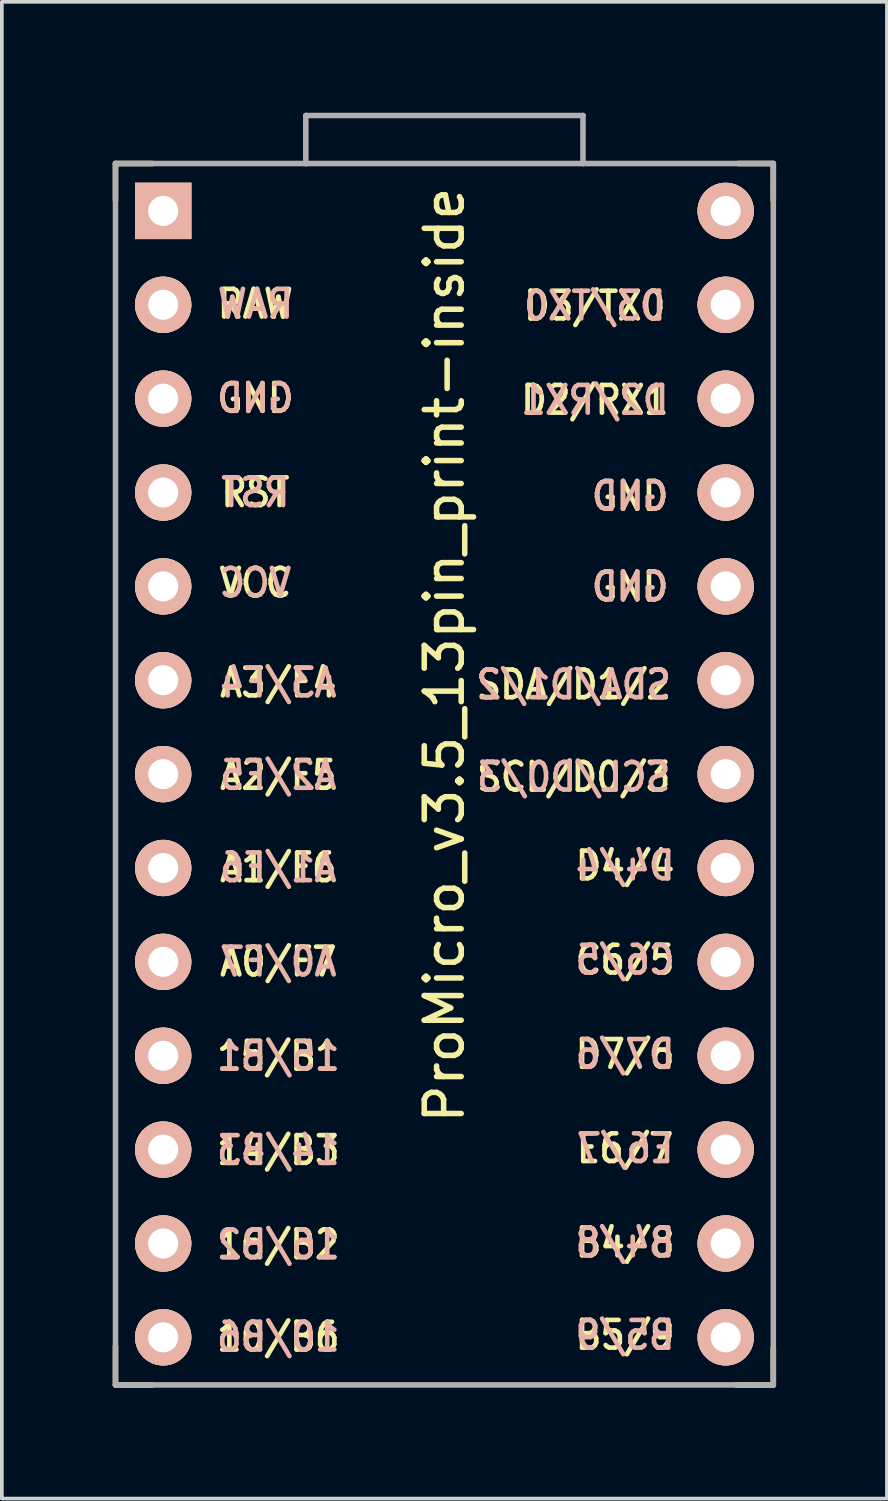
<source format=kicad_pcb>
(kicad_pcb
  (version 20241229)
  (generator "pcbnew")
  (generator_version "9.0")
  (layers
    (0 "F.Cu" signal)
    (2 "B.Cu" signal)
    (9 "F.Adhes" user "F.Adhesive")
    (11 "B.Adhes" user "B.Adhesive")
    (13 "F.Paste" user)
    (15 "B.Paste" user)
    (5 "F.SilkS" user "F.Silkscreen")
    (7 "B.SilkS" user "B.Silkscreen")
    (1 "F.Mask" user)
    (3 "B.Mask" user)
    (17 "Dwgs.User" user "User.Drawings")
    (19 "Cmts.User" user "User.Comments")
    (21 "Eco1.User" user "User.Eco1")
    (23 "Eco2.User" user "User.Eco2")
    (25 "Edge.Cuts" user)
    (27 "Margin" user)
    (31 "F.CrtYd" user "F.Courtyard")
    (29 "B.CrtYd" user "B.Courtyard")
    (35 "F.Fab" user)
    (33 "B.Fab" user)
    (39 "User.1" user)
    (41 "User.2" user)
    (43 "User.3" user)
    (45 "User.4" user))
  (footprint "ProMicro_v3.5_13pin_print-inside"
    (layer "F.Cu")
    (at 8.975 19.675)
    (property "Reference" "ProMicro_v3.5_13pin_print-inside" (at 0 -5 270) (layer "F.SilkS") (effects (font (size 1 1) (thickness 0.15))))
    (attr through_hole)
    (fp_line (start -8.9 -18.3) (end -8.9 -17.3) (stroke (width 0.15) (type solid)) (layer "F.SilkS"))
    (fp_line (start -8.9 -18.3) (end -7.9 -18.3) (stroke (width 0.15) (type solid)) (layer "F.SilkS"))
    (fp_line (start -8.9 13.7) (end -8.9 14.75) (stroke (width 0.15) (type solid)) (layer "F.SilkS"))
    (fp_line (start -8.9 14.75) (end -7.9 14.75) (stroke (width 0.15) (type solid)) (layer "F.SilkS"))
    (fp_line (start 8.9 -18.3) (end 7.95 -18.3) (stroke (width 0.15) (type solid)) (layer "F.SilkS"))
    (fp_line (start 8.9 -18.3) (end 8.9 -17.3) (stroke (width 0.15) (type solid)) (layer "F.SilkS"))
    (fp_line (start 8.9 13.75) (end 8.9 14.75) (stroke (width 0.15) (type solid)) (layer "F.SilkS"))
    (fp_line (start 8.9 14.75) (end 7.89 14.75) (stroke (width 0.15) (type solid)) (layer "F.SilkS"))
    (fp_line (start -8.9 -18.3) (end -3.75 -18.3) (stroke (width 0.15) (type solid)) (layer "F.Fab"))
    (fp_line (start -8.9 14.75) (end -8.9 -18.3) (stroke (width 0.15) (type solid)) (layer "F.Fab"))
    (fp_line (start -3.75 -19.6) (end -3.75 -18.299) (stroke (width 0.15) (type solid)) (layer "F.Fab"))
    (fp_line (start -3.75 -19.6) (end 3.75 -19.6) (stroke (width 0.15) (type solid)) (layer "F.Fab"))
    (fp_line (start -3.75 -18.3) (end 3.75 -18.3) (stroke (width 0.15) (type solid)) (layer "F.Fab"))
    (fp_line (start 3.75 -19.6) (end 3.75 -18.3) (stroke (width 0.15) (type solid)) (layer "F.Fab"))
    (fp_line (start 3.76 -18.3) (end 8.9 -18.3) (stroke (width 0.15) (type solid)) (layer "F.Fab"))
    (fp_line (start 8.9 -18.3) (end 8.9 14.75) (stroke (width 0.15) (type solid)) (layer "F.Fab"))
    (fp_line (start 8.9 14.75) (end -8.9 14.75) (stroke (width 0.15) (type solid)) (layer "F.Fab"))
    (fp_text user "" (at -0.545 -17.4 0) (layer "F.SilkS") (effects (font (size 1 1) (thickness 0.15))))
    (fp_text user "GND" (at 5.025 -6.85 0) (unlocked yes) (layer "F.SilkS") (effects (font (size 0.75 0.67) (thickness 0.125))))
    (fp_text user "D3/TX0" (at 4.07 -14.45 0) (unlocked yes) (layer "F.SilkS") (effects (font (size 0.75 0.67) (thickness 0.125))))
    (fp_text user "14/B3" (at -4.495 8.4 0) (unlocked yes) (layer "F.SilkS") (effects (font (size 0.75 0.67) (thickness 0.125))))
    (fp_text user "C6/5" (at 4.89 3.25 0) (unlocked yes) (layer "F.SilkS") (effects (font (size 0.75 0.67) (thickness 0.125))))
    (fp_text user "GND" (at 5.025 -9.3 0) (unlocked yes) (layer "F.SilkS") (effects (font (size 0.75 0.67) (thickness 0.125))))
    (fp_text user "B4/8" (at 4.89 10.9 0) (unlocked yes) (layer "F.SilkS") (effects (font (size 0.75 0.67) (thickness 0.125))))
    (fp_text user "B5/9" (at 4.89 13.4 0) (unlocked yes) (layer "F.SilkS") (effects (font (size 0.75 0.67) (thickness 0.125))))
    (fp_text user "VCC" (at -5.115 -6.95 0) (unlocked yes) (layer "F.SilkS") (effects (font (size 0.75 0.67) (thickness 0.125))))
    (fp_text user "E6/7" (at 4.89 8.35 0) (unlocked yes) (layer "F.SilkS") (effects (font (size 0.75 0.67) (thickness 0.125))))
    (fp_text user "RST" (at -5.115 -9.4 0) (unlocked yes) (layer "F.SilkS") (effects (font (size 0.75 0.67) (thickness 0.125))))
    (fp_text user "D2/RX1" (at 4.07 -11.9 0) (unlocked yes) (layer "F.SilkS") (effects (font (size 0.75 0.67) (thickness 0.125))))
    (fp_text user "A0/F7" (at -4.495 3.3 0) (unlocked yes) (layer "F.SilkS") (effects (font (size 0.75 0.67) (thickness 0.125))))
    (fp_text user "D7/6" (at 4.89 5.8 0) (unlocked yes) (layer "F.SilkS") (effects (font (size 0.75 0.67) (thickness 0.125))))
    (fp_text user "SCL/D0/3" (at 3.5 -1.7 0) (unlocked yes) (layer "F.SilkS") (effects (font (size 0.75 0.67) (thickness 0.125))))
    (fp_text user "A3/F4" (at -4.495 -4.25 0) (unlocked yes) (layer "F.SilkS") (effects (font (size 0.75 0.67) (thickness 0.125))))
    (fp_text user "RAW" (at -5.115 -14.5 0) (unlocked yes) (layer "F.SilkS") (effects (font (size 0.75 0.67) (thickness 0.125))))
    (fp_text user "A2/F5" (at -4.495 -1.75 0) (unlocked yes) (layer "F.SilkS") (effects (font (size 0.75 0.67) (thickness 0.125))))
    (fp_text user "D4/4" (at 4.89 0.7 0) (unlocked yes) (layer "F.SilkS") (effects (font (size 0.75 0.67) (thickness 0.125))))
    (fp_text user "16/B2" (at -4.495 10.95 0) (unlocked yes) (layer "F.SilkS") (effects (font (size 0.75 0.67) (thickness 0.125))))
    (fp_text user "15/B1" (at -4.495 5.85 0) (unlocked yes) (layer "F.SilkS") (effects (font (size 0.75 0.67) (thickness 0.125))))
    (fp_text user "10/B6" (at -4.495 13.45 0) (unlocked yes) (layer "F.SilkS") (effects (font (size 0.75 0.67) (thickness 0.125))))
    (fp_text user "A1/F6" (at -4.495 0.75 0) (unlocked yes) (layer "F.SilkS") (effects (font (size 0.75 0.67) (thickness 0.125))))
    (fp_text user "GND" (at -5.115 -11.95 0) (unlocked yes) (layer "F.SilkS") (effects (font (size 0.75 0.67) (thickness 0.125))))
    (fp_text user "SDA/D1/2" (at 3.5 -4.2 0) (unlocked yes) (layer "F.SilkS") (effects (font (size 0.75 0.67) (thickness 0.125))))
    (fp_text user "RST" (at -5.115 -9.4 0) (unlocked yes) (layer "B.SilkS") (effects (font (size 0.75 0.67) (thickness 0.125)) (justify mirror)))
    (fp_text user "D7/6" (at 4.89 5.8 0) (unlocked yes) (layer "B.SilkS") (effects (font (size 0.75 0.67) (thickness 0.125)) (justify mirror)))
    (fp_text user "GND" (at 5.025 -6.85 0) (unlocked yes) (layer "B.SilkS") (effects (font (size 0.75 0.67) (thickness 0.125)) (justify mirror)))
    (fp_text user "A1/F6" (at -4.495 0.75 0) (unlocked yes) (layer "B.SilkS") (effects (font (size 0.75 0.67) (thickness 0.125)) (justify mirror)))
    (fp_text user "10/B6" (at -4.495 13.45 0) (unlocked yes) (layer "B.SilkS") (effects (font (size 0.75 0.67) (thickness 0.125)) (justify mirror)))
    (fp_text user "" (at -1.252 -16.256 0) (layer "B.SilkS") (effects (font (size 1 1) (thickness 0.15)) (justify mirror)))
    (fp_text user "D3/TX0" (at 4.07 -14.45 0) (unlocked yes) (layer "B.SilkS") (effects (font (size 0.75 0.67) (thickness 0.125)) (justify mirror)))
    (fp_text user "16/B2" (at -4.495 10.95 0) (unlocked yes) (layer "B.SilkS") (effects (font (size 0.75 0.67) (thickness 0.125)) (justify mirror)))
    (fp_text user "D2/RX1" (at 4.07 -11.9 0) (unlocked yes) (layer "B.SilkS") (effects (font (size 0.75 0.67) (thickness 0.125)) (justify mirror)))
    (fp_text user "15/B1" (at -4.495 5.85 0) (unlocked yes) (layer "B.SilkS") (effects (font (size 0.75 0.67) (thickness 0.125)) (justify mirror)))
    (fp_text user "A0/F7" (at -4.495 3.3 0) (unlocked yes) (layer "B.SilkS") (effects (font (size 0.75 0.67) (thickness 0.125)) (justify mirror)))
    (fp_text user "C6/5" (at 4.89 3.25 0) (unlocked yes) (layer "B.SilkS") (effects (font (size 0.75 0.67) (thickness 0.125)) (justify mirror)))
    (fp_text user "D4/4" (at 4.89 0.7 0) (unlocked yes) (layer "B.SilkS") (effects (font (size 0.75 0.67) (thickness 0.125)) (justify mirror)))
    (fp_text user "SCL/D0/3" (at 3.5 -1.7 0) (unlocked yes) (layer "B.SilkS") (effects (font (size 0.75 0.67) (thickness 0.125)) (justify mirror)))
    (fp_text user "14/B3" (at -4.495 8.4 0) (unlocked yes) (layer "B.SilkS") (effects (font (size 0.75 0.67) (thickness 0.125)) (justify mirror)))
    (fp_text user "B4/8" (at 4.89 10.9 0) (unlocked yes) (layer "B.SilkS") (effects (font (size 0.75 0.67) (thickness 0.125)) (justify mirror)))
    (fp_text user "SDA/D1/2" (at 3.5 -4.2 0) (unlocked yes) (layer "B.SilkS") (effects (font (size 0.75 0.67) (thickness 0.125)) (justify mirror)))
    (fp_text user "VCC" (at -5.115 -6.95 0) (unlocked yes) (layer "B.SilkS") (effects (font (size 0.75 0.67) (thickness 0.125)) (justify mirror)))
    (fp_text user "A2/F5" (at -4.495 -1.75 0) (unlocked yes) (layer "B.SilkS") (effects (font (size 0.75 0.67) (thickness 0.125)) (justify mirror)))
    (fp_text user "E6/7" (at 4.89 8.35 0) (unlocked yes) (layer "B.SilkS") (effects (font (size 0.75 0.67) (thickness 0.125)) (justify mirror)))
    (fp_text user "GND" (at -5.115 -11.95 0) (unlocked yes) (layer "B.SilkS") (effects (font (size 0.75 0.67) (thickness 0.125)) (justify mirror)))
    (fp_text user "RAW" (at -5.115 -14.5 0) (unlocked yes) (layer "B.SilkS") (effects (font (size 0.75 0.67) (thickness 0.125)) (justify mirror)))
    (fp_text user "A3/F4" (at -4.495 -4.25 0) (unlocked yes) (layer "B.SilkS") (effects (font (size 0.75 0.67) (thickness 0.125)) (justify mirror)))
    (fp_text user "GND" (at 5.025 -9.3 0) (unlocked yes) (layer "B.SilkS") (effects (font (size 0.75 0.67) (thickness 0.125)) (justify mirror)))
    (fp_text user "B5/9" (at 4.89 13.4 0) (unlocked yes) (layer "B.SilkS") (effects (font (size 0.75 0.67) (thickness 0.125)) (justify mirror)))
    (pad "1" thru_hole circle (at 7.611 -14.478) (size 1.524 1.524) (drill 0.813) (layers "*.Cu" "*.SilkS" "*.Mask"))
    (pad "2" thru_hole circle (at 7.611 -11.938) (size 1.524 1.524) (drill 0.813) (layers "*.Cu" "*.SilkS" "*.Mask"))
    (pad "3" thru_hole circle (at 7.611 -9.398) (size 1.524 1.524) (drill 0.813) (layers "*.Cu" "*.SilkS" "*.Mask"))
    (pad "4" thru_hole circle (at 7.611 -6.858) (size 1.524 1.524) (drill 0.813) (layers "*.Cu" "*.SilkS" "*.Mask"))
    (pad "5" thru_hole circle (at 7.611 -4.318) (size 1.524 1.524) (drill 0.813) (layers "*.Cu" "*.SilkS" "*.Mask"))
    (pad "6" thru_hole circle (at 7.611 -1.778) (size 1.524 1.524) (drill 0.813) (layers "*.Cu" "*.SilkS" "*.Mask"))
    (pad "7" thru_hole circle (at 7.611 0.762) (size 1.524 1.524) (drill 0.813) (layers "*.Cu" "*.SilkS" "*.Mask"))
    (pad "8" thru_hole circle (at 7.611 3.302) (size 1.524 1.524) (drill 0.813) (layers "*.Cu" "*.SilkS" "*.Mask"))
    (pad "9" thru_hole circle (at 7.611 5.842) (size 1.524 1.524) (drill 0.813) (layers "*.Cu" "*.SilkS" "*.Mask"))
    (pad "10" thru_hole circle (at 7.611 8.382) (size 1.524 1.524) (drill 0.813) (layers "*.Cu" "*.SilkS" "*.Mask"))
    (pad "11" thru_hole circle (at 7.611 10.922) (size 1.524 1.524) (drill 0.813) (layers "*.Cu" "*.SilkS" "*.Mask"))
    (pad "12" thru_hole circle (at 7.611 13.462) (size 1.524 1.524) (drill 0.813) (layers "*.Cu" "*.SilkS" "*.Mask"))
    (pad "13" thru_hole circle (at -7.609 13.462) (size 1.524 1.524) (drill 0.813) (layers "*.Cu" "*.SilkS" "*.Mask"))
    (pad "14" thru_hole circle (at -7.609 10.922) (size 1.524 1.524) (drill 0.813) (layers "*.Cu" "*.SilkS" "*.Mask"))
    (pad "15" thru_hole circle (at -7.609 8.382) (size 1.524 1.524) (drill 0.813) (layers "*.Cu" "*.SilkS" "*.Mask"))
    (pad "16" thru_hole circle (at -7.609 5.842) (size 1.524 1.524) (drill 0.813) (layers "*.Cu" "*.SilkS" "*.Mask"))
    (pad "17" thru_hole circle (at -7.609 3.302) (size 1.524 1.524) (drill 0.813) (layers "*.Cu" "*.SilkS" "*.Mask"))
    (pad "18" thru_hole circle (at -7.609 0.762) (size 1.524 1.524) (drill 0.813) (layers "*.Cu" "*.SilkS" "*.Mask"))
    (pad "19" thru_hole circle (at -7.609 -1.778) (size 1.524 1.524) (drill 0.813) (layers "*.Cu" "*.SilkS" "*.Mask"))
    (pad "20" thru_hole circle (at -7.609 -4.318) (size 1.524 1.524) (drill 0.813) (layers "*.Cu" "*.SilkS" "*.Mask"))
    (pad "21" thru_hole circle (at -7.609 -6.858) (size 1.524 1.524) (drill 0.813) (layers "*.Cu" "*.SilkS" "*.Mask"))
    (pad "22" thru_hole circle (at -7.609 -9.398) (size 1.524 1.524) (drill 0.813) (layers "*.Cu" "*.SilkS" "*.Mask"))
    (pad "23" thru_hole circle (at -7.609 -11.938) (size 1.524 1.524) (drill 0.813) (layers "*.Cu" "*.SilkS" "*.Mask"))
    (pad "24" thru_hole circle (at -7.609 -14.478) (size 1.524 1.524) (drill 0.813) (layers "*.Cu" "*.SilkS" "*.Mask"))
    (pad "25" thru_hole circle (at 7.611 -17.018) (size 1.524 1.524) (drill 0.813) (layers "*.Cu" "*.SilkS" "*.Mask"))
    (pad "26" thru_hole rect (at -7.609 -17.018) (size 1.524 1.524) (drill 0.813) (layers "*.Cu" "*.SilkS" "*.Mask")))
  (gr_rect
    (start -3 -3)
    (end 20.95 37.5)
    (stroke (width 0.1) (type default))
    (fill no)
    (layer "Edge.Cuts")))
</source>
